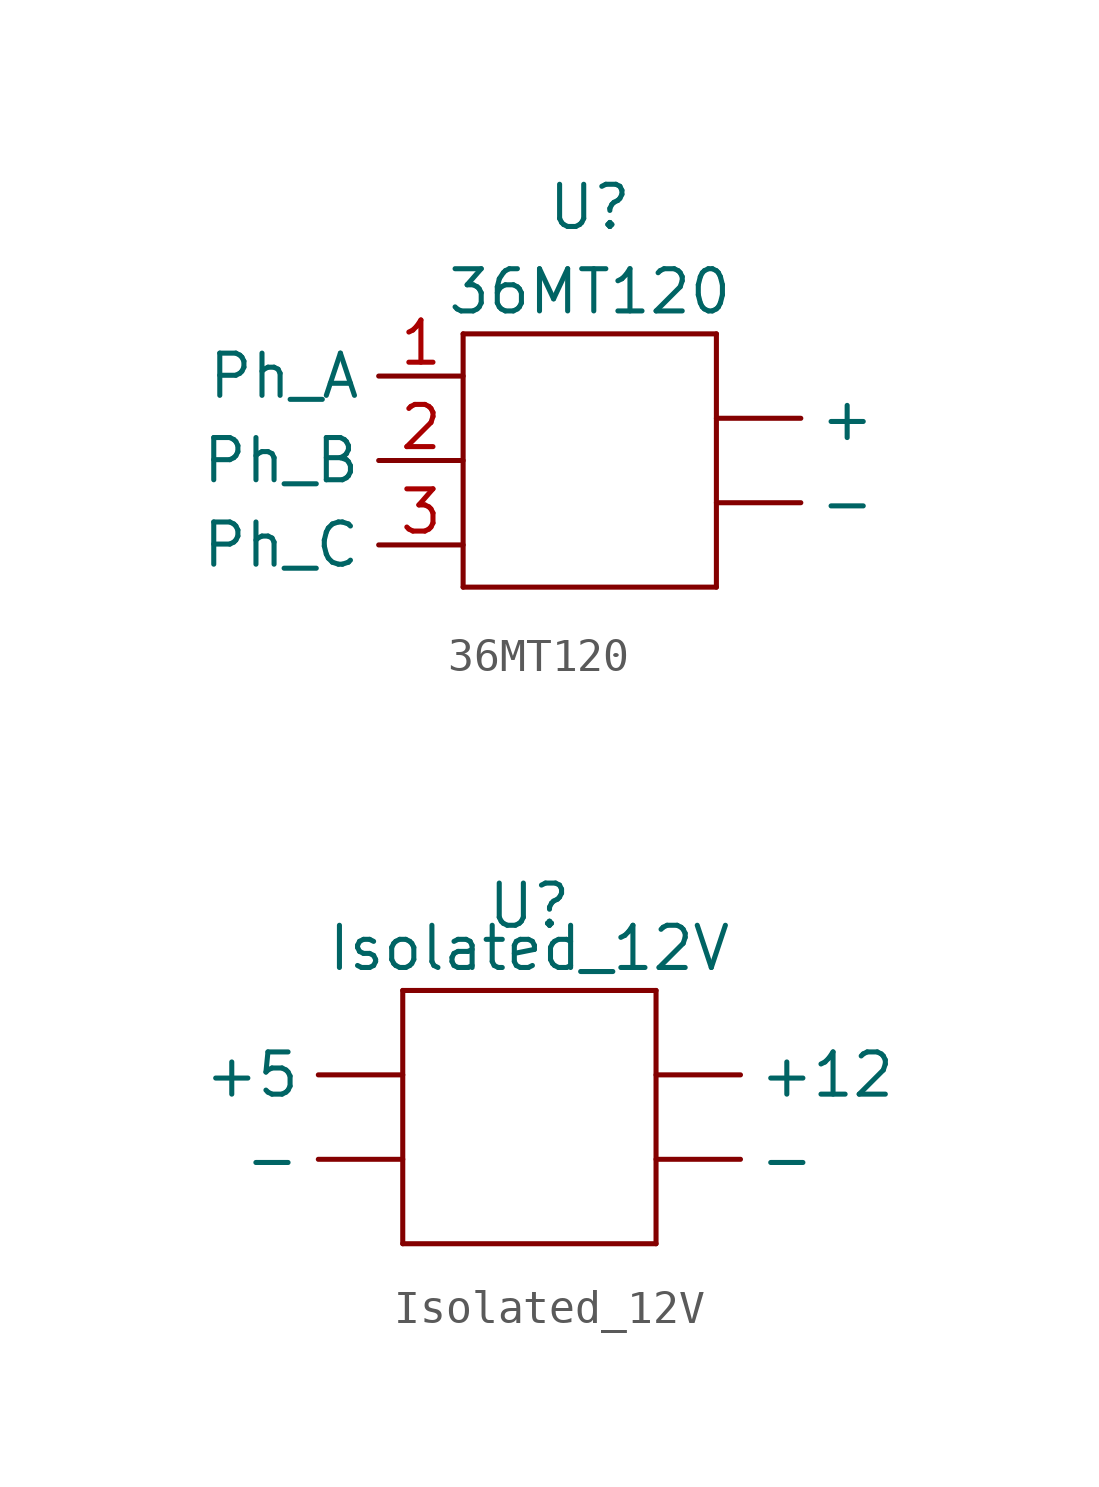
<source format=kicad_sym>
(kicad_symbol_lib
  (version 20211014)
  (generator kicad_symbol_editor)
  (symbol "36MT120"
    (property "Reference" "U"
      (at 0 7.62 0)
      (effects (font (size 1.27 1.27))))
    (property "Value" "36MT120"
      (at 0 5.08 0)
      (effects (font (size 1.27 1.27))))
    (symbol "36MT120_0_1"
      (rectangle (start -3.81 -3.81) (end 3.81 -3.81) (stroke (width 0) (type default) (color 0 0 0 0)) (fill (type none)))
      (rectangle (start -3.81 3.81) (end -3.81 -3.81) (stroke (width 0) (type default) (color 0 0 0 0)) (fill (type none)))
      (rectangle (start -3.81 3.81) (end 3.81 3.81) (stroke (width 0) (type default) (color 0 0 0 0)) (fill (type none)))
      (rectangle (start 3.81 3.81) (end 3.81 -3.81) (stroke (width 0) (type default) (color 0 0 0 0)) (fill (type none))))
    (symbol "36MT120_1_1"
      (pin output line (at 3.81 1.27 0) (length 2.54) (name "+" (effects (font (size 1.27 1.27)))) (number "" (effects (font (size 1.27 1.27)))))
      (pin output line (at 3.81 -1.27 0) (length 2.54) (name "-" (effects (font (size 1.27 1.27)))) (number "" (effects (font (size 1.27 1.27)))))
      (pin input line (at -3.81 2.54 180) (length 2.54) (name "Ph_A" (effects (font (size 1.27 1.27)))) (number "1" (effects (font (size 1.27 1.27)))))
      (pin input line (at -3.81 0 180) (length 2.54) (name "Ph_B" (effects (font (size 1.27 1.27)))) (number "2" (effects (font (size 1.27 1.27)))))
      (pin input line (at -3.81 -2.54 180) (length 2.54) (name "Ph_C" (effects (font (size 1.27 1.27)))) (number "3" (effects (font (size 1.27 1.27)))))))
  (symbol "Isolated_12V"
    (property "Reference" "U"
      (at 0 6.35 0)
      (effects (font (size 1.27 1.27))))
    (property "Value" "Isolated_12V"
      (at 0 5.08 0)
      (effects (font (size 1.27 1.27))))
    (symbol "Isolated_12V_0_1"
      (rectangle (start -3.81 -3.81) (end 3.81 -3.81) (stroke (width 0) (type default) (color 0 0 0 0)) (fill (type none)))
      (rectangle (start -3.81 3.81) (end -3.81 -3.81) (stroke (width 0) (type default) (color 0 0 0 0)) (fill (type none)))
      (rectangle (start -3.81 3.81) (end 3.81 3.81) (stroke (width 0) (type default) (color 0 0 0 0)) (fill (type none)))
      (rectangle (start 3.81 3.81) (end 3.81 -3.81) (stroke (width 0) (type default) (color 0 0 0 0)) (fill (type none))))
    (symbol "Isolated_12V_1_1"
      (pin output line (at 3.81 1.27 0) (length 2.54) (name "+12" (effects (font (size 1.27 1.27)))) (number "" (effects (font (size 1.27 1.27)))))
      (pin input line (at -3.81 1.27 180) (length 2.54) (name "+5" (effects (font (size 1.27 1.27)))) (number "" (effects (font (size 1.27 1.27)))))
      (pin input line (at -3.81 -1.27 180) (length 2.54) (name "-" (effects (font (size 1.27 1.27)))) (number "" (effects (font (size 1.27 1.27)))))
      (pin output line (at 3.81 -1.27 0) (length 2.54) (name "-" (effects (font (size 1.27 1.27)))) (number "" (effects (font (size 1.27 1.27))))))))
</source>
